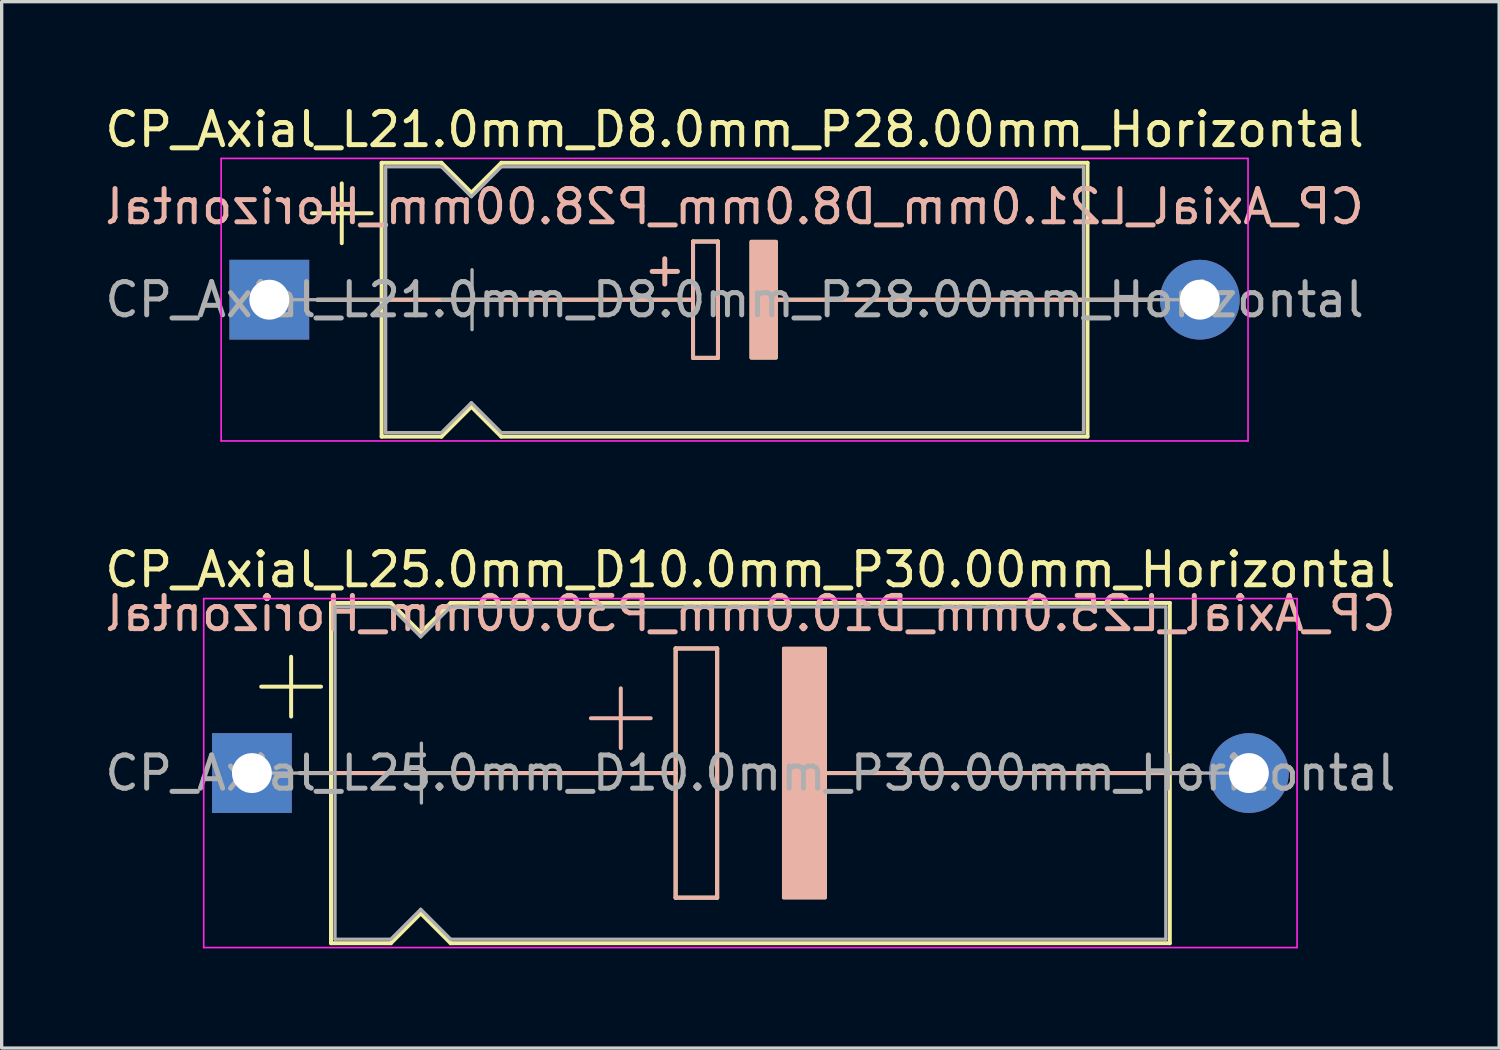
<source format=kicad_pcb>
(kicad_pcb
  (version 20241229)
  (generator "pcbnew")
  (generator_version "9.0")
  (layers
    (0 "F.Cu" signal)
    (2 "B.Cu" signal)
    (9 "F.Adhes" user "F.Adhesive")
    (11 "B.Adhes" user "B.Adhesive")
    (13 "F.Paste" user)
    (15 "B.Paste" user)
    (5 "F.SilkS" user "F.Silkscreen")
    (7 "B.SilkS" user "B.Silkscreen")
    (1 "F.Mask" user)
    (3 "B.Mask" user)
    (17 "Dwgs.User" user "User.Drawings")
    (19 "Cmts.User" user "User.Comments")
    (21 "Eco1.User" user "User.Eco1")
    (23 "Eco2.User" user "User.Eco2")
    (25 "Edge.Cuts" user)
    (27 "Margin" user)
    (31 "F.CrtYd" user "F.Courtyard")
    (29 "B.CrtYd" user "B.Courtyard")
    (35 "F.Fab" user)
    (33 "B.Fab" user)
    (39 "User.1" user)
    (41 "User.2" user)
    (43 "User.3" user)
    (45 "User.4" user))
  (footprint "CP_Axial_L25.0mm_D10.0mm_P30.00mm_Horizontal"
    (layer "F.Cu")
    (at 4.53 20.212)
    (property "Reference" "CP_Axial_L25.0mm_D10.0mm_P30.00mm_Horizontal" (at 15 -6.12 0) (layer "F.SilkS") (effects (font (size 1 1) (thickness 0.15))))
    (fp_line (start 0.28 -2.6) (end 2.08 -2.6) (stroke (width 0.12) (type solid)) (layer "F.SilkS"))
    (fp_line (start 1.18 -3.5) (end 1.18 -1.7) (stroke (width 0.12) (type solid)) (layer "F.SilkS"))
    (fp_line (start 1.44 0) (end 2.38 0) (stroke (width 0.12) (type solid)) (layer "F.SilkS"))
    (fp_line (start 2.38 -5.12) (end 2.38 5.12) (stroke (width 0.12) (type solid)) (layer "F.SilkS"))
    (fp_line (start 2.38 -5.12) (end 4.18 -5.12) (stroke (width 0.12) (type solid)) (layer "F.SilkS"))
    (fp_line (start 2.38 0) (end 12.75 0) (stroke (width 0.12) (type solid)) (layer "F.SilkS"))
    (fp_line (start 2.38 5.12) (end 4.18 5.12) (stroke (width 0.12) (type solid)) (layer "F.SilkS"))
    (fp_line (start 4.18 -5.12) (end 5.08 -4.22) (stroke (width 0.12) (type solid)) (layer "F.SilkS"))
    (fp_line (start 4.18 5.12) (end 5.08 4.22) (stroke (width 0.12) (type solid)) (layer "F.SilkS"))
    (fp_line (start 5.08 -4.22) (end 5.98 -5.12) (stroke (width 0.12) (type solid)) (layer "F.SilkS"))
    (fp_line (start 5.08 4.22) (end 5.98 5.12) (stroke (width 0.12) (type solid)) (layer "F.SilkS"))
    (fp_line (start 5.98 -5.12) (end 27.62 -5.12) (stroke (width 0.12) (type solid)) (layer "F.SilkS"))
    (fp_line (start 5.98 5.12) (end 27.62 5.12) (stroke (width 0.12) (type solid)) (layer "F.SilkS"))
    (fp_line (start 12.75 -3.75) (end 14 -3.75) (stroke (width 0.12) (type solid)) (layer "F.SilkS"))
    (fp_line (start 12.75 0) (end 12.75 -3.75) (stroke (width 0.12) (type solid)) (layer "F.SilkS"))
    (fp_line (start 12.75 3.75) (end 12.75 0) (stroke (width 0.12) (type solid)) (layer "F.SilkS"))
    (fp_line (start 14 -3.75) (end 14 3.75) (stroke (width 0.12) (type solid)) (layer "F.SilkS"))
    (fp_line (start 14 3.75) (end 12.75 3.75) (stroke (width 0.12) (type solid)) (layer "F.SilkS"))
    (fp_line (start 17.25 0) (end 27.62 0) (stroke (width 0.12) (type solid)) (layer "F.SilkS"))
    (fp_line (start 27.62 -5.12) (end 27.62 5.12) (stroke (width 0.12) (type solid)) (layer "F.SilkS"))
    (fp_line (start 28.56 0) (end 27.62 0) (stroke (width 0.12) (type solid)) (layer "F.SilkS"))
    (fp_poly (pts (xy 17.25 3.75) (xy 16 3.75) (xy 16 -3.75) (xy 17.25 -3.75)) (stroke (width 0.1) (type solid)) (fill yes) (layer "F.SilkS"))
    (fp_line (start 1.45 0) (end 5.88 0) (stroke (width 0.12) (type solid)) (layer "B.SilkS"))
    (fp_line (start 5.88 0) (end 12.75 0) (stroke (width 0.12) (type solid)) (layer "B.SilkS"))
    (fp_line (start 11.1 -2.55) (end 11.1 -0.75) (stroke (width 0.12) (type solid)) (layer "B.SilkS"))
    (fp_line (start 12 -1.65) (end 10.2 -1.65) (stroke (width 0.12) (type solid)) (layer "B.SilkS"))
    (fp_line (start 12.75 -3.75) (end 14 -3.75) (stroke (width 0.12) (type solid)) (layer "B.SilkS"))
    (fp_line (start 12.75 0) (end 12.75 -3.75) (stroke (width 0.12) (type solid)) (layer "B.SilkS"))
    (fp_line (start 12.75 3.75) (end 12.75 0) (stroke (width 0.12) (type solid)) (layer "B.SilkS"))
    (fp_line (start 14 -3.75) (end 14 3.75) (stroke (width 0.12) (type solid)) (layer "B.SilkS"))
    (fp_line (start 14 3.75) (end 12.75 3.75) (stroke (width 0.12) (type solid)) (layer "B.SilkS"))
    (fp_line (start 17.25 0) (end 24.12 0) (stroke (width 0.12) (type solid)) (layer "B.SilkS"))
    (fp_line (start 28.55 0) (end 24.12 0) (stroke (width 0.12) (type solid)) (layer "B.SilkS"))
    (fp_poly (pts (xy 17.25 3.75) (xy 16 3.75) (xy 16 -3.75) (xy 17.25 -3.75)) (stroke (width 0.1) (type solid)) (fill yes) (layer "B.SilkS"))
    (fp_line (start -1.45 -5.25) (end -1.45 5.25) (stroke (width 0.05) (type solid)) (layer "F.CrtYd"))
    (fp_line (start -1.45 5.25) (end 31.45 5.25) (stroke (width 0.05) (type solid)) (layer "F.CrtYd"))
    (fp_line (start 31.45 -5.25) (end -1.45 -5.25) (stroke (width 0.05) (type solid)) (layer "F.CrtYd"))
    (fp_line (start 31.45 5.25) (end 31.45 -5.25) (stroke (width 0.05) (type solid)) (layer "F.CrtYd"))
    (fp_line (start 0 0) (end 2.5 0) (stroke (width 0.1) (type solid)) (layer "F.Fab"))
    (fp_line (start 2.5 -5) (end 2.5 5) (stroke (width 0.1) (type solid)) (layer "F.Fab"))
    (fp_line (start 2.5 -5) (end 4.18 -5) (stroke (width 0.1) (type solid)) (layer "F.Fab"))
    (fp_line (start 2.5 5) (end 4.18 5) (stroke (width 0.1) (type solid)) (layer "F.Fab"))
    (fp_line (start 4.18 -5) (end 5.08 -4.1) (stroke (width 0.1) (type solid)) (layer "F.Fab"))
    (fp_line (start 4.18 5) (end 5.08 4.1) (stroke (width 0.1) (type solid)) (layer "F.Fab"))
    (fp_line (start 4.2 0) (end 6 0) (stroke (width 0.1) (type solid)) (layer "F.Fab"))
    (fp_line (start 5.08 -4.1) (end 5.98 -5) (stroke (width 0.1) (type solid)) (layer "F.Fab"))
    (fp_line (start 5.08 4.1) (end 5.98 5) (stroke (width 0.1) (type solid)) (layer "F.Fab"))
    (fp_line (start 5.1 -0.9) (end 5.1 0.9) (stroke (width 0.1) (type solid)) (layer "F.Fab"))
    (fp_line (start 5.98 -5) (end 27.5 -5) (stroke (width 0.1) (type solid)) (layer "F.Fab"))
    (fp_line (start 5.98 5) (end 27.5 5) (stroke (width 0.1) (type solid)) (layer "F.Fab"))
    (fp_line (start 27.5 -5) (end 27.5 5) (stroke (width 0.1) (type solid)) (layer "F.Fab"))
    (fp_line (start 30 0) (end 27.5 0) (stroke (width 0.1) (type solid)) (layer "F.Fab"))
    (fp_text user "${REFERENCE}" (at 15 -4.8 0) (layer "B.SilkS") (effects (font (size 1 1) (thickness 0.15)) (justify mirror)))
    (fp_text user "${REFERENCE}" (at 15 0 0) (layer "F.Fab") (effects (font (size 1 1) (thickness 0.15))))
    (pad "1" thru_hole rect (at 0 0) (size 2.4 2.4) (drill 1.2) (layers "*.Cu" "*.Mask"))
    (pad "2" thru_hole oval (at 30 0) (size 2.4 2.4) (drill 1.2) (layers "*.Cu" "*.Mask")))
  (footprint "CP_Axial_L21.0mm_D8.0mm_P28.00mm_Horizontal"
    (layer "F.Cu")
    (at 5.054 5.968)
    (property "Reference" "CP_Axial_L21.0mm_D8.0mm_P28.00mm_Horizontal" (at 14 -5.12 0) (layer "F.SilkS") (effects (font (size 1 1) (thickness 0.15))))
    (fp_line (start 1.28 -2.6) (end 3.08 -2.6) (stroke (width 0.12) (type solid)) (layer "F.SilkS"))
    (fp_line (start 1.44 0) (end 3.38 0) (stroke (width 0.12) (type solid)) (layer "F.SilkS"))
    (fp_line (start 2.18 -3.5) (end 2.18 -1.7) (stroke (width 0.12) (type solid)) (layer "F.SilkS"))
    (fp_line (start 3.365 0) (end 12.75 0) (stroke (width 0.12) (type solid)) (layer "F.SilkS"))
    (fp_line (start 3.38 -4.12) (end 3.38 4.12) (stroke (width 0.12) (type solid)) (layer "F.SilkS"))
    (fp_line (start 3.38 -4.12) (end 5.18 -4.12) (stroke (width 0.12) (type solid)) (layer "F.SilkS"))
    (fp_line (start 3.38 4.12) (end 5.18 4.12) (stroke (width 0.12) (type solid)) (layer "F.SilkS"))
    (fp_line (start 5.18 -4.12) (end 6.08 -3.22) (stroke (width 0.12) (type solid)) (layer "F.SilkS"))
    (fp_line (start 5.18 4.12) (end 6.08 3.22) (stroke (width 0.12) (type solid)) (layer "F.SilkS"))
    (fp_line (start 6.08 -3.22) (end 6.98 -4.12) (stroke (width 0.12) (type solid)) (layer "F.SilkS"))
    (fp_line (start 6.08 3.22) (end 6.98 4.12) (stroke (width 0.12) (type solid)) (layer "F.SilkS"))
    (fp_line (start 6.98 -4.12) (end 24.62 -4.12) (stroke (width 0.12) (type solid)) (layer "F.SilkS"))
    (fp_line (start 6.98 4.12) (end 24.62 4.12) (stroke (width 0.12) (type solid)) (layer "F.SilkS"))
    (fp_line (start 12.75 -1.75) (end 12.75 1.75) (stroke (width 0.12) (type solid)) (layer "F.SilkS"))
    (fp_line (start 12.75 -1.75) (end 13.5 -1.75) (stroke (width 0.12) (type solid)) (layer "F.SilkS"))
    (fp_line (start 13.5 -1.75) (end 13.5 1.75) (stroke (width 0.12) (type solid)) (layer "F.SilkS"))
    (fp_line (start 13.5 1.75) (end 12.75 1.75) (stroke (width 0.12) (type solid)) (layer "F.SilkS"))
    (fp_line (start 15.25 0) (end 24.638 0) (stroke (width 0.12) (type solid)) (layer "F.SilkS"))
    (fp_line (start 24.62 -4.12) (end 24.62 4.12) (stroke (width 0.12) (type solid)) (layer "F.SilkS"))
    (fp_line (start 26.56 0) (end 24.62 0) (stroke (width 0.12) (type solid)) (layer "F.SilkS"))
    (fp_poly (pts (xy 15.25 1.75) (xy 14.5 1.75) (xy 14.5 -1.75) (xy 15.25 -1.75)) (stroke (width 0.1) (type solid)) (fill yes) (layer "F.SilkS"))
    (fp_line (start 1.45 0) (end 8.88 0) (stroke (width 0.12) (type solid)) (layer "B.SilkS"))
    (fp_line (start 8.88 0) (end 12.75 0) (stroke (width 0.12) (type solid)) (layer "B.SilkS"))
    (fp_line (start 12.75 -1.75) (end 12.75 1.75) (stroke (width 0.12) (type solid)) (layer "B.SilkS"))
    (fp_line (start 12.75 -1.75) (end 13.5 -1.75) (stroke (width 0.12) (type solid)) (layer "B.SilkS"))
    (fp_line (start 13.5 -1.75) (end 13.5 1.75) (stroke (width 0.12) (type solid)) (layer "B.SilkS"))
    (fp_line (start 13.5 1.75) (end 12.75 1.75) (stroke (width 0.12) (type solid)) (layer "B.SilkS"))
    (fp_line (start 15.25 0) (end 19.12 0) (stroke (width 0.12) (type solid)) (layer "B.SilkS"))
    (fp_line (start 26.55 0) (end 19.12 0) (stroke (width 0.12) (type solid)) (layer "B.SilkS"))
    (fp_poly (pts (xy 15.25 1.75) (xy 14.5 1.75) (xy 14.5 -1.75) (xy 15.25 -1.75)) (stroke (width 0.1) (type solid)) (fill yes) (layer "B.SilkS"))
    (fp_line (start -1.45 -4.25) (end -1.45 4.25) (stroke (width 0.05) (type solid)) (layer "F.CrtYd"))
    (fp_line (start -1.45 4.25) (end 29.45 4.25) (stroke (width 0.05) (type solid)) (layer "F.CrtYd"))
    (fp_line (start 29.45 -4.25) (end -1.45 -4.25) (stroke (width 0.05) (type solid)) (layer "F.CrtYd"))
    (fp_line (start 29.45 4.25) (end 29.45 -4.25) (stroke (width 0.05) (type solid)) (layer "F.CrtYd"))
    (fp_line (start 0 0) (end 3.5 0) (stroke (width 0.1) (type solid)) (layer "F.Fab"))
    (fp_line (start 3.5 -4) (end 3.5 4) (stroke (width 0.1) (type solid)) (layer "F.Fab"))
    (fp_line (start 3.5 -4) (end 5.18 -4) (stroke (width 0.1) (type solid)) (layer "F.Fab"))
    (fp_line (start 3.5 4) (end 5.18 4) (stroke (width 0.1) (type solid)) (layer "F.Fab"))
    (fp_line (start 5.18 -4) (end 6.08 -3.1) (stroke (width 0.1) (type solid)) (layer "F.Fab"))
    (fp_line (start 5.18 4) (end 6.08 3.1) (stroke (width 0.1) (type solid)) (layer "F.Fab"))
    (fp_line (start 5.2 0) (end 7 0) (stroke (width 0.1) (type solid)) (layer "F.Fab"))
    (fp_line (start 6.08 -3.1) (end 6.98 -4) (stroke (width 0.1) (type solid)) (layer "F.Fab"))
    (fp_line (start 6.08 3.1) (end 6.98 4) (stroke (width 0.1) (type solid)) (layer "F.Fab"))
    (fp_line (start 6.1 -0.9) (end 6.1 0.9) (stroke (width 0.1) (type solid)) (layer "F.Fab"))
    (fp_line (start 6.98 -4) (end 24.5 -4) (stroke (width 0.1) (type solid)) (layer "F.Fab"))
    (fp_line (start 6.98 4) (end 24.5 4) (stroke (width 0.1) (type solid)) (layer "F.Fab"))
    (fp_line (start 24.5 -4) (end 24.5 4) (stroke (width 0.1) (type solid)) (layer "F.Fab"))
    (fp_line (start 28 0) (end 24.5 0) (stroke (width 0.1) (type solid)) (layer "F.Fab"))
    (fp_text user "${REFERENCE}" (at 14 -2.8 0) (layer "B.SilkS") (effects (font (size 1 1) (thickness 0.15)) (justify mirror)))
    (fp_text user "+" (at 11.9 -0.925 0) (unlocked yes) (layer "B.SilkS") (effects (font (size 1 1) (thickness 0.15)) (justify mirror)))
    (fp_text user "${REFERENCE}" (at 14 0 0) (layer "F.Fab") (effects (font (size 1 1) (thickness 0.15))))
    (pad "1" thru_hole rect (at 0 0) (size 2.4 2.4) (drill 1.2) (layers "*.Cu" "*.Mask"))
    (pad "2" thru_hole oval (at 28 0) (size 2.4 2.4) (drill 1.2) (layers "*.Cu" "*.Mask")))
  (gr_rect
    (start -3 -3)
    (end 42.06 28.486)
    (stroke (width 0.1) (type default))
    (fill no)
    (layer "Edge.Cuts")))
</source>
